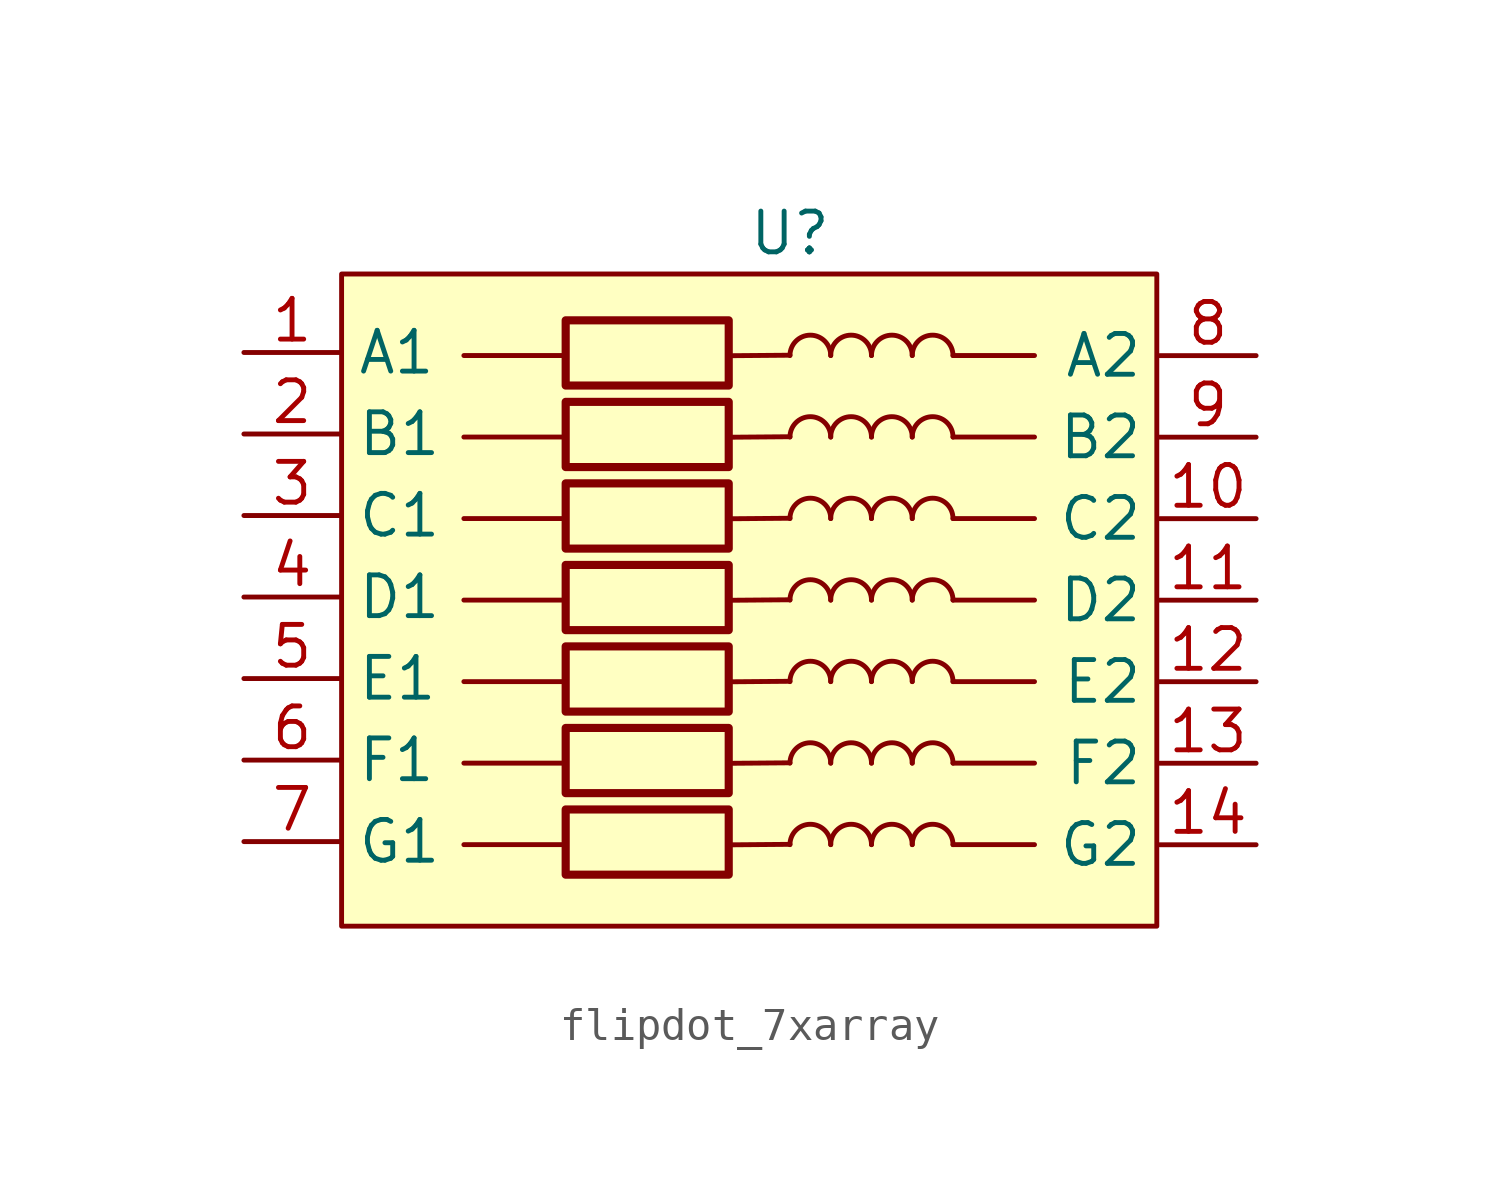
<source format=kicad_sym>
(kicad_symbol_lib
  (version 20241209)
  (generator "kicad_symbol_editor")
  (generator_version "9.0")
  (symbol "flipdot_7xarray"
    (property "Reference" "U"
      (at 0 0 0)
      (effects (font (size 1.27 1.27))))
    (property "Value" ""
      (at 0 0 0)
      (effects (font (size 1.27 1.27))))
    (symbol "flipdot_7xarray_0_1"
      (polyline (pts (xy -10.16 -3.81) (xy -6.984 -3.81)) (stroke (width 0) (type default)) (fill (type none)))
      (polyline (pts (xy -10.16 -6.35) (xy -6.984 -6.35)) (stroke (width 0) (type default)) (fill (type none)))
      (polyline (pts (xy -10.16 -8.89) (xy -6.984 -8.89)) (stroke (width 0) (type default)) (fill (type none)))
      (polyline (pts (xy -10.16 -11.43) (xy -6.984 -11.43)) (stroke (width 0) (type default)) (fill (type none)))
      (polyline (pts (xy -10.16 -13.97) (xy -6.984 -13.97)) (stroke (width 0) (type default)) (fill (type none)))
      (polyline (pts (xy -10.16 -16.51) (xy -6.984 -16.51)) (stroke (width 0) (type default)) (fill (type none)))
      (polyline (pts (xy -10.16 -19.05) (xy -6.984 -19.05)) (stroke (width 0) (type default)) (fill (type none)))
      (rectangle (start -6.988 -2.713) (end -1.908 -4.745) (stroke (width 0.254) (type default)) (fill (type none)))
      (rectangle (start -6.988 -5.253) (end -1.908 -7.285) (stroke (width 0.254) (type default)) (fill (type none)))
      (rectangle (start -6.988 -7.793) (end -1.908 -9.825) (stroke (width 0.254) (type default)) (fill (type none)))
      (rectangle (start -6.988 -10.334) (end -1.908 -12.366) (stroke (width 0.254) (type default)) (fill (type none)))
      (rectangle (start -6.988 -12.873) (end -1.908 -14.905) (stroke (width 0.254) (type default)) (fill (type none)))
      (rectangle (start -6.988 -15.414) (end -1.908 -17.445) (stroke (width 0.254) (type default)) (fill (type none)))
      (rectangle (start -6.988 -17.953) (end -1.908 -19.985) (stroke (width 0.254) (type default)) (fill (type none)))
      (polyline (pts (xy -1.921 -3.816) (xy 0.0001 -3.8)) (stroke (width 0) (type default)) (fill (type none)))
      (polyline (pts (xy -1.921 -6.356) (xy 0.0001 -6.34)) (stroke (width 0) (type default)) (fill (type none)))
      (polyline (pts (xy -1.921 -8.896) (xy 0.0001 -8.88)) (stroke (width 0) (type default)) (fill (type none)))
      (polyline (pts (xy -1.921 -11.436) (xy 0.0001 -11.42)) (stroke (width 0) (type default)) (fill (type none)))
      (polyline (pts (xy -1.921 -13.976) (xy 0.0001 -13.96)) (stroke (width 0) (type default)) (fill (type none)))
      (polyline (pts (xy -1.921 -16.516) (xy 0.0001 -16.5)) (stroke (width 0) (type default)) (fill (type none)))
      (polyline (pts (xy -1.921 -19.056) (xy 0.0001 -19.04)) (stroke (width 0) (type default)) (fill (type none)))
      (arc (start 0 -3.81) (mid 0.635 -3.1777) (end 1.27 -3.81) (stroke (width 0) (type default)) (fill (type none)))
      (arc (start 0 -6.35) (mid 0.635 -5.7177) (end 1.27 -6.35) (stroke (width 0) (type default)) (fill (type none)))
      (arc (start 0 -8.89) (mid 0.635 -8.2577) (end 1.27 -8.89) (stroke (width 0) (type default)) (fill (type none)))
      (arc (start 0 -11.43) (mid 0.635 -10.7977) (end 1.27 -11.43) (stroke (width 0) (type default)) (fill (type none)))
      (arc (start 0 -13.97) (mid 0.635 -13.3377) (end 1.27 -13.97) (stroke (width 0) (type default)) (fill (type none)))
      (arc (start 0 -16.51) (mid 0.635 -15.8777) (end 1.27 -16.51) (stroke (width 0) (type default)) (fill (type none)))
      (arc (start 0 -19.05) (mid 0.635 -18.4177) (end 1.27 -19.05) (stroke (width 0) (type default)) (fill (type none)))
      (arc (start 1.27 -3.81) (mid 1.905 -3.1777) (end 2.54 -3.81) (stroke (width 0) (type default)) (fill (type none)))
      (arc (start 1.27 -6.35) (mid 1.905 -5.7177) (end 2.54 -6.35) (stroke (width 0) (type default)) (fill (type none)))
      (arc (start 1.27 -8.89) (mid 1.905 -8.2577) (end 2.54 -8.89) (stroke (width 0) (type default)) (fill (type none)))
      (arc (start 1.27 -11.43) (mid 1.905 -10.7977) (end 2.54 -11.43) (stroke (width 0) (type default)) (fill (type none)))
      (arc (start 1.27 -13.97) (mid 1.905 -13.3377) (end 2.54 -13.97) (stroke (width 0) (type default)) (fill (type none)))
      (arc (start 1.27 -16.51) (mid 1.905 -15.8777) (end 2.54 -16.51) (stroke (width 0) (type default)) (fill (type none)))
      (arc (start 1.27 -19.05) (mid 1.905 -18.4177) (end 2.54 -19.05) (stroke (width 0) (type default)) (fill (type none)))
      (arc (start 2.54 -3.81) (mid 3.175 -3.1777) (end 3.81 -3.81) (stroke (width 0) (type default)) (fill (type none)))
      (arc (start 2.54 -6.35) (mid 3.175 -5.7177) (end 3.81 -6.35) (stroke (width 0) (type default)) (fill (type none)))
      (arc (start 2.54 -8.89) (mid 3.175 -8.2577) (end 3.81 -8.89) (stroke (width 0) (type default)) (fill (type none)))
      (arc (start 2.54 -11.43) (mid 3.175 -10.7977) (end 3.81 -11.43) (stroke (width 0) (type default)) (fill (type none)))
      (arc (start 2.54 -13.97) (mid 3.175 -13.3377) (end 3.81 -13.97) (stroke (width 0) (type default)) (fill (type none)))
      (arc (start 2.54 -16.51) (mid 3.175 -15.8777) (end 3.81 -16.51) (stroke (width 0) (type default)) (fill (type none)))
      (arc (start 2.54 -19.05) (mid 3.175 -18.4177) (end 3.81 -19.05) (stroke (width 0) (type default)) (fill (type none)))
      (arc (start 3.81 -3.81) (mid 4.445 -3.1777) (end 5.08 -3.81) (stroke (width 0) (type default)) (fill (type none)))
      (arc (start 3.81 -6.35) (mid 4.445 -5.7177) (end 5.08 -6.35) (stroke (width 0) (type default)) (fill (type none)))
      (arc (start 3.81 -8.89) (mid 4.445 -8.2577) (end 5.08 -8.89) (stroke (width 0) (type default)) (fill (type none)))
      (arc (start 3.81 -11.43) (mid 4.445 -10.7977) (end 5.08 -11.43) (stroke (width 0) (type default)) (fill (type none)))
      (arc (start 3.81 -13.97) (mid 4.445 -13.3377) (end 5.08 -13.97) (stroke (width 0) (type default)) (fill (type none)))
      (arc (start 3.81 -16.51) (mid 4.445 -15.8777) (end 5.08 -16.51) (stroke (width 0) (type default)) (fill (type none)))
      (arc (start 3.81 -19.05) (mid 4.445 -18.4177) (end 5.08 -19.05) (stroke (width 0) (type default)) (fill (type none)))
      (polyline (pts (xy 5.08 -3.81) (xy 7.62 -3.81)) (stroke (width 0) (type default)) (fill (type none)))
      (polyline (pts (xy 5.08 -6.35) (xy 7.62 -6.35)) (stroke (width 0) (type default)) (fill (type none)))
      (polyline (pts (xy 5.08 -8.89) (xy 7.62 -8.89)) (stroke (width 0) (type default)) (fill (type none)))
      (polyline (pts (xy 5.08 -11.43) (xy 7.62 -11.43)) (stroke (width 0) (type default)) (fill (type none)))
      (polyline (pts (xy 5.08 -13.97) (xy 7.62 -13.97)) (stroke (width 0) (type default)) (fill (type none)))
      (polyline (pts (xy 5.08 -16.51) (xy 7.62 -16.51)) (stroke (width 0) (type default)) (fill (type none)))
      (polyline (pts (xy 5.08 -19.05) (xy 7.62 -19.05)) (stroke (width 0) (type default)) (fill (type none))))
    (symbol "flipdot_7xarray_1_1"
      (rectangle (start -13.97 -1.27) (end 11.43 -21.59) (stroke (width 0) (type solid)) (fill (type background)))
      (pin passive line (at -17.014 -3.715 0) (length 3) (name "A1" (effects (font (size 1.27 1.27)))) (number "1" (effects (font (size 1.27 1.27)))))
      (pin passive line (at -17.014 -6.255 0) (length 3) (name "B1" (effects (font (size 1.27 1.27)))) (number "2" (effects (font (size 1.27 1.27)))))
      (pin passive line (at -17.014 -8.795 0) (length 3) (name "C1" (effects (font (size 1.27 1.27)))) (number "3" (effects (font (size 1.27 1.27)))))
      (pin passive line (at -17.014 -11.335 0) (length 3) (name "D1" (effects (font (size 1.27 1.27)))) (number "4" (effects (font (size 1.27 1.27)))))
      (pin passive line (at -17.014 -13.875 0) (length 3) (name "E1" (effects (font (size 1.27 1.27)))) (number "5" (effects (font (size 1.27 1.27)))))
      (pin passive line (at -17.014 -16.415 0) (length 3) (name "F1" (effects (font (size 1.27 1.27)))) (number "6" (effects (font (size 1.27 1.27)))))
      (pin passive line (at -17.014 -18.955 0) (length 3) (name "G1" (effects (font (size 1.27 1.27)))) (number "7" (effects (font (size 1.27 1.27)))))
      (pin passive line (at 14.524 -3.813 180) (length 3) (name "A2" (effects (font (size 1.27 1.27)))) (number "8" (effects (font (size 1.27 1.27)))))
      (pin passive line (at 14.524 -6.353 180) (length 3) (name "B2" (effects (font (size 1.27 1.27)))) (number "9" (effects (font (size 1.27 1.27)))))
      (pin passive line (at 14.524 -8.893 180) (length 3) (name "C2" (effects (font (size 1.27 1.27)))) (number "10" (effects (font (size 1.27 1.27)))))
      (pin passive line (at 14.524 -11.433 180) (length 3) (name "D2" (effects (font (size 1.27 1.27)))) (number "11" (effects (font (size 1.27 1.27)))))
      (pin passive line (at 14.524 -13.973 180) (length 3) (name "E2" (effects (font (size 1.27 1.27)))) (number "12" (effects (font (size 1.27 1.27)))))
      (pin passive line (at 14.524 -16.513 180) (length 3) (name "F2" (effects (font (size 1.27 1.27)))) (number "13" (effects (font (size 1.27 1.27)))))
      (pin passive line (at 14.524 -19.053 180) (length 3) (name "G2" (effects (font (size 1.27 1.27)))) (number "14" (effects (font (size 1.27 1.27))))))))
</source>
